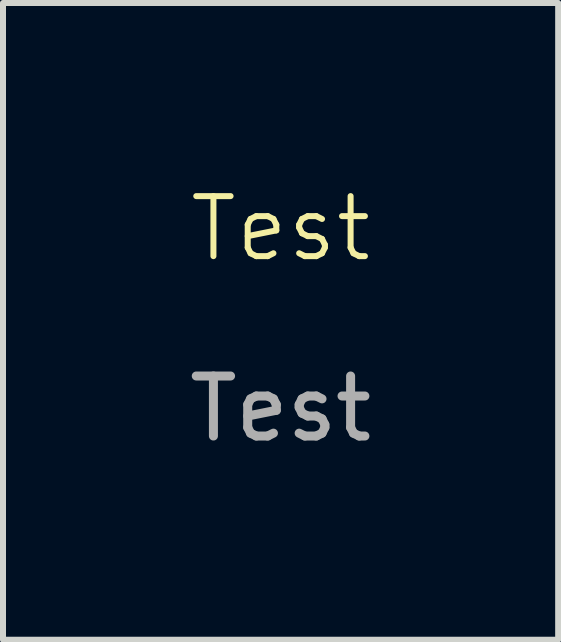
<source format=kicad_pcb>
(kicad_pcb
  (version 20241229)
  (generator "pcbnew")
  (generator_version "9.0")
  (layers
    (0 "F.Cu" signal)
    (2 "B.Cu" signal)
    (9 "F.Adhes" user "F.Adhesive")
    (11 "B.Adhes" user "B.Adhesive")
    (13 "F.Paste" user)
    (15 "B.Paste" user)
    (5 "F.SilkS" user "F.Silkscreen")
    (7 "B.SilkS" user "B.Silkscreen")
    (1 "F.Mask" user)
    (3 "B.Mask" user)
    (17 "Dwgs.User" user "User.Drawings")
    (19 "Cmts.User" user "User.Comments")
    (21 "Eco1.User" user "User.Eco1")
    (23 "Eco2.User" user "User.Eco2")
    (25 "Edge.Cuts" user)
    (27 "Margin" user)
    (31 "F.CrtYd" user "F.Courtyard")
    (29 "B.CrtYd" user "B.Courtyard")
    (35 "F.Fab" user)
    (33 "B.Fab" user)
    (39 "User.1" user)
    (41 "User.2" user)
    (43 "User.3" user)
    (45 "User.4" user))
  (footprint "Test"
    (layer "F.Cu")
    (at 1.625 1.26)
    (property "Reference" "Test" (at 0 -0.5 0) (unlocked yes) (layer "F.SilkS") (effects (font (size 1 1) (thickness 0.1))))
    (attr smd)
    (fp_text user "${REFERENCE}" (at 0 2.5 0) (unlocked yes) (layer "F.Fab") (effects (font (size 1 1) (thickness 0.15)))))
  (gr_rect
    (start -3 -3)
    (end 6.25 7.609)
    (stroke (width 0.1) (type default))
    (fill no)
    (layer "Edge.Cuts")))
</source>
